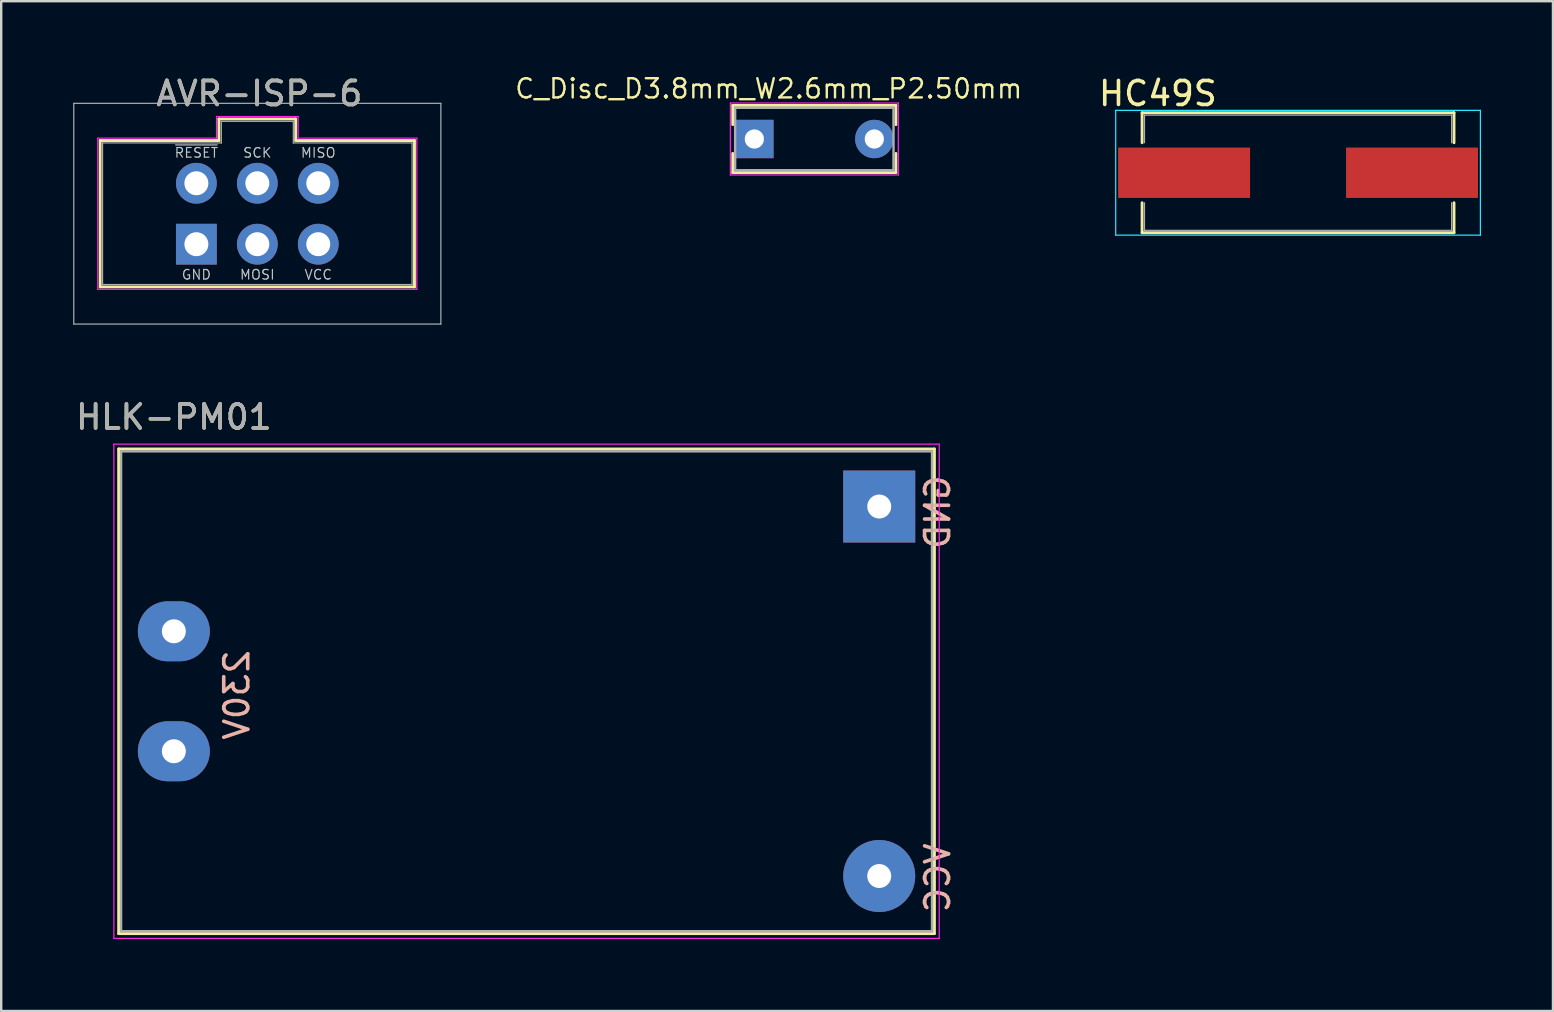
<source format=kicad_pcb>
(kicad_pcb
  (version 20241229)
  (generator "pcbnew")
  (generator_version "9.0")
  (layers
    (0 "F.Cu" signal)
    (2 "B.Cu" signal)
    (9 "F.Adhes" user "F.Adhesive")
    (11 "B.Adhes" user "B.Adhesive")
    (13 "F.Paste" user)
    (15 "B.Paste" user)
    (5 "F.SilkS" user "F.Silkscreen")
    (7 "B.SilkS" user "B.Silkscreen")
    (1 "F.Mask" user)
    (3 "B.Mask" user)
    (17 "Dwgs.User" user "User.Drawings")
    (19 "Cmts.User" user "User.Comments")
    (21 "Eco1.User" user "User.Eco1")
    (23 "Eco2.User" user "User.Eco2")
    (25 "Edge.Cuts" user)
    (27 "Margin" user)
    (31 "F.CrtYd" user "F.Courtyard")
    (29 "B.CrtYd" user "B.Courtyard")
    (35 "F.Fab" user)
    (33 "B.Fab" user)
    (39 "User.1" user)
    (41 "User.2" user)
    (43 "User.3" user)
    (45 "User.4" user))
  (footprint "AVR-ISP-6"
    (layer "F.Cu")
    (at 7.675 5.858)
    (property "Reference" "AVR-ISP-6" (at 0.084 -5.01 0) (layer "F.SilkS") (effects (font (size 1 1) (thickness 0.15))))
    (attr through_hole)
    (fp_line (start -6.55 -3.05) (end -6.55 3.05) (stroke (width 0.12) (type solid)) (layer "F.SilkS"))
    (fp_line (start -6.55 -3.05) (end -1.6 -3.05) (stroke (width 0.12) (type solid)) (layer "F.SilkS"))
    (fp_line (start -1.6 -3.95) (end -1.6 -3.05) (stroke (width 0.12) (type solid)) (layer "F.SilkS"))
    (fp_line (start -1.6 -3.95) (end 1.6 -3.95) (stroke (width 0.12) (type solid)) (layer "F.SilkS"))
    (fp_line (start 1.6 -3.95) (end 1.6 -3.05) (stroke (width 0.12) (type solid)) (layer "F.SilkS"))
    (fp_line (start 1.6 -3.05) (end 6.55 -3.05) (stroke (width 0.12) (type solid)) (layer "F.SilkS"))
    (fp_line (start 6.55 -3.05) (end 6.55 3.05) (stroke (width 0.12) (type solid)) (layer "F.SilkS"))
    (fp_line (start 6.55 3.05) (end -6.55 3.05) (stroke (width 0.12) (type solid)) (layer "F.SilkS"))
    (fp_line (start -6.65 -3.15) (end -1.7 -3.15) (stroke (width 0.05) (type solid)) (layer "F.CrtYd"))
    (fp_line (start -6.65 3.15) (end -6.65 -3.15) (stroke (width 0.05) (type solid)) (layer "F.CrtYd"))
    (fp_line (start -1.7 -4.05) (end -1.7 -3.15) (stroke (width 0.05) (type solid)) (layer "F.CrtYd"))
    (fp_line (start -1.7 -4.05) (end 1.7 -4.05) (stroke (width 0.05) (type solid)) (layer "F.CrtYd"))
    (fp_line (start 1.7 -4.05) (end 1.7 -3.15) (stroke (width 0.05) (type solid)) (layer "F.CrtYd"))
    (fp_line (start 1.7 -3.15) (end 6.65 -3.15) (stroke (width 0.05) (type solid)) (layer "F.CrtYd"))
    (fp_line (start 6.65 -3.15) (end 6.65 3.15) (stroke (width 0.05) (type solid)) (layer "F.CrtYd"))
    (fp_line (start 6.65 3.15) (end -6.65 3.15) (stroke (width 0.05) (type solid)) (layer "F.CrtYd"))
    (fp_line (start -7.65 -4.6) (end 7.65 -4.6) (stroke (width 0.05) (type solid)) (layer "F.Fab"))
    (fp_line (start -7.65 4.6) (end -7.65 -4.6) (stroke (width 0.05) (type solid)) (layer "F.Fab"))
    (fp_line (start -6.45 -2.95) (end -1.5 -2.95) (stroke (width 0.05) (type solid)) (layer "F.Fab"))
    (fp_line (start -6.45 2.95) (end -6.45 -2.95) (stroke (width 0.05) (type solid)) (layer "F.Fab"))
    (fp_line (start -1.5 -3.85) (end -1.5 -2.95) (stroke (width 0.05) (type solid)) (layer "F.Fab"))
    (fp_line (start -1.5 -3.85) (end 1.5 -3.85) (stroke (width 0.05) (type solid)) (layer "F.Fab"))
    (fp_line (start 1.5 -3.85) (end 1.5 -2.95) (stroke (width 0.05) (type solid)) (layer "F.Fab"))
    (fp_line (start 1.5 -2.95) (end 6.45 -2.95) (stroke (width 0.05) (type solid)) (layer "F.Fab"))
    (fp_line (start 6.45 -2.95) (end 6.45 2.95) (stroke (width 0.05) (type solid)) (layer "F.Fab"))
    (fp_line (start 6.45 2.95) (end -6.45 2.95) (stroke (width 0.05) (type solid)) (layer "F.Fab"))
    (fp_line (start 7.65 -4.6) (end 7.65 4.6) (stroke (width 0.05) (type solid)) (layer "F.Fab"))
    (fp_line (start 7.65 4.6) (end -7.65 4.6) (stroke (width 0.05) (type solid)) (layer "F.Fab"))
    (fp_text user "SCK" (at 0 -2.54 0) (layer "Dwgs.User") (effects (font (size 0.4 0.4) (thickness 0.05))))
    (fp_text user "MISO" (at 2.54 -2.54 0) (layer "Dwgs.User") (effects (font (size 0.4 0.4) (thickness 0.05))))
    (fp_text user "GND" (at -2.54 2.54 0) (layer "Dwgs.User") (effects (font (size 0.4 0.4) (thickness 0.05))))
    (fp_text user "VCC" (at 2.54 2.54 0) (layer "Dwgs.User") (effects (font (size 0.4 0.4) (thickness 0.05))))
    (fp_text user "~{RESET}" (at -2.54 -2.54 0) (layer "Dwgs.User") (effects (font (size 0.4 0.4) (thickness 0.05))))
    (fp_text user "MOSI" (at 0 2.54 0) (layer "Dwgs.User") (effects (font (size 0.4 0.4) (thickness 0.05))))
    (fp_text user "${REFERENCE}" (at 0.084 -5.01 180) (layer "F.Fab") (effects (font (size 1 1) (thickness 0.15))))
    (pad "1" thru_hole oval (at 2.54 -1.27) (size 1.7 1.7) (drill 1) (layers "*.Cu" "*.Mask"))
    (pad "2" thru_hole oval (at 2.54 1.27) (size 1.7 1.7) (drill 1) (layers "*.Cu" "*.Mask"))
    (pad "3" thru_hole oval (at 0 -1.27) (size 1.7 1.7) (drill 1) (layers "*.Cu" "*.Mask"))
    (pad "4" thru_hole oval (at 0 1.27) (size 1.7 1.7) (drill 1) (layers "*.Cu" "*.Mask"))
    (pad "5" thru_hole circle (at -2.54 -1.27) (size 1.7 1.7) (drill 1) (layers "*.Cu" "*.Mask"))
    (pad "6" thru_hole rect (at -2.54 1.27) (size 1.7 1.7) (drill 1) (layers "*.Cu" "*.Mask")))
  (footprint "HLK-PM01"
    (layer "F.Cu")
    (at 4.196 25.762)
    (property "Reference" "HLK-PM01" (at 0 -11.43 180) (layer "F.SilkS") (effects (font (size 1 1) (thickness 0.15))))
    (attr through_hole)
    (fp_line (start -2.3 -10.1) (end -2.3 10.1) (stroke (width 0.12) (type solid)) (layer "F.SilkS"))
    (fp_line (start -2.3 -10.1) (end 31.7 -10.1) (stroke (width 0.12) (type solid)) (layer "F.SilkS"))
    (fp_line (start -2.3 10.1) (end 31.7 10.1) (stroke (width 0.12) (type solid)) (layer "F.SilkS"))
    (fp_line (start 31.7 -10.1) (end 31.7 10.1) (stroke (width 0.12) (type solid)) (layer "F.SilkS"))
    (fp_line (start -2.5 -10.3) (end 31.9 -10.3) (stroke (width 0.05) (type solid)) (layer "F.CrtYd"))
    (fp_line (start -2.5 10.3) (end -2.5 -10.3) (stroke (width 0.05) (type solid)) (layer "F.CrtYd"))
    (fp_line (start 31.9 -10.3) (end 31.9 10.3) (stroke (width 0.05) (type solid)) (layer "F.CrtYd"))
    (fp_line (start 31.9 10.3) (end -2.5 10.3) (stroke (width 0.05) (type solid)) (layer "F.CrtYd"))
    (fp_line (start -2.2 -10) (end -2.2 10) (stroke (width 0.1) (type solid)) (layer "F.Fab"))
    (fp_line (start -2.2 -10) (end 31.6 -10) (stroke (width 0.1) (type solid)) (layer "F.Fab"))
    (fp_line (start 31.6 -10) (end 31.6 10) (stroke (width 0.1) (type solid)) (layer "F.Fab"))
    (fp_line (start 31.6 10) (end -2.2 10) (stroke (width 0.1) (type solid)) (layer "F.Fab"))
    (fp_text user "VCC" (at 31.834 7.774 90) (layer "B.SilkS") (effects (font (size 1 1) (thickness 0.15)) (justify mirror)))
    (fp_text user "230V" (at 2.624 0.154 90) (layer "B.SilkS") (effects (font (size 1 1) (thickness 0.15)) (justify mirror)))
    (fp_text user "GND" (at 31.834 -7.466 90) (layer "B.SilkS") (effects (font (size 1 1) (thickness 0.15)) (justify mirror)))
    (fp_text user "${REFERENCE}" (at 0 -11.43 0) (layer "F.Fab") (effects (font (size 1 1) (thickness 0.15))))
    (pad "1" thru_hole rect (at 29.4 -7.7 90) (size 3 3) (drill 1) (layers "*.Cu" "*.Mask"))
    (pad "2" thru_hole circle (at 29.4 7.7 90) (size 3 3) (drill 1) (layers "*.Cu" "*.Mask"))
    (pad "3" thru_hole oval (at 0 2.5 90) (size 2.5 3) (drill 1) (layers "*.Cu" "*.Mask"))
    (pad "4" thru_hole oval (at 0 -2.5 90) (size 2.5 3) (drill 1) (layers "*.Cu" "*.Mask")))
  (footprint "C_Disc_D3.8mm_W2.6mm_P2.50mm"
    (layer "F.Cu")
    (at 28.391 2.744)
    (property "Reference" "C_Disc_D3.8mm_W2.6mm_P2.50mm" (at 0.6 -2.1 0) (layer "F.SilkS") (effects (font (size 0.8 0.8) (thickness 0.1))))
    (attr through_hole)
    (fp_line (start -0.9 -1.4) (end -0.9 -0.6) (stroke (width 0.12) (type solid)) (layer "F.SilkS"))
    (fp_line (start -0.9 -1.4) (end 5.9 -1.4) (stroke (width 0.12) (type solid)) (layer "F.SilkS"))
    (fp_line (start -0.9 0.6) (end -0.9 1.4) (stroke (width 0.12) (type solid)) (layer "F.SilkS"))
    (fp_line (start -0.9 1.4) (end 5.9 1.4) (stroke (width 0.12) (type solid)) (layer "F.SilkS"))
    (fp_line (start 5.9 -1.4) (end 5.9 -0.6) (stroke (width 0.12) (type solid)) (layer "F.SilkS"))
    (fp_line (start 5.9 0.6) (end 5.9 1.4) (stroke (width 0.12) (type solid)) (layer "F.SilkS"))
    (fp_line (start -1 -1.5) (end -1 1.5) (stroke (width 0.05) (type solid)) (layer "F.CrtYd"))
    (fp_line (start -1 1.5) (end 6 1.5) (stroke (width 0.05) (type solid)) (layer "F.CrtYd"))
    (fp_line (start 6 -1.5) (end -1 -1.5) (stroke (width 0.05) (type solid)) (layer "F.CrtYd"))
    (fp_line (start 6 1.5) (end 6 -1.5) (stroke (width 0.05) (type solid)) (layer "F.CrtYd"))
    (fp_line (start -0.8 -1.3) (end -0.8 1.3) (stroke (width 0.1) (type solid)) (layer "F.Fab"))
    (fp_line (start -0.8 1.3) (end 5.8 1.3) (stroke (width 0.1) (type solid)) (layer "F.Fab"))
    (fp_line (start 5.8 -1.3) (end -0.8 -1.3) (stroke (width 0.1) (type solid)) (layer "F.Fab"))
    (fp_line (start 5.8 1.3) (end 5.8 -1.3) (stroke (width 0.1) (type solid)) (layer "F.Fab"))
    (pad "1" thru_hole rect (at 0 0) (size 1.6 1.6) (drill 0.8) (layers "*.Cu" "*.Mask"))
    (pad "2" thru_hole circle (at 5 0) (size 1.6 1.6) (drill 0.8) (layers "*.Cu" "*.Mask")))
  (footprint "HC49S"
    (layer "F.Cu")
    (at 51.052 4.15)
    (property "Reference" "HC49S" (at -5.842 -3.302 0) (layer "F.SilkS") (effects (font (size 1 1) (thickness 0.15))))
    (attr through_hole)
    (fp_line (start -6.5 -2.5) (end 6.5 -2.5) (stroke (width 0.12) (type solid)) (layer "F.SilkS"))
    (fp_line (start -6.5 -1.25) (end -6.5 -2.5) (stroke (width 0.12) (type solid)) (layer "F.SilkS"))
    (fp_line (start -6.5 2.5) (end -6.5 1.25) (stroke (width 0.12) (type solid)) (layer "F.SilkS"))
    (fp_line (start 6.5 -2.5) (end 6.5 -1.25) (stroke (width 0.12) (type solid)) (layer "F.SilkS"))
    (fp_line (start 6.5 1.25) (end 6.5 2.5) (stroke (width 0.12) (type solid)) (layer "F.SilkS"))
    (fp_line (start 6.5 2.5) (end -6.5 2.5) (stroke (width 0.12) (type solid)) (layer "F.SilkS"))
    (fp_line (start -7.6 -2.6) (end 7.6 -2.6) (stroke (width 0.05) (type solid)) (layer "B.CrtYd"))
    (fp_line (start -7.6 2.6) (end -7.6 -2.6) (stroke (width 0.05) (type solid)) (layer "B.CrtYd"))
    (fp_line (start 7.6 -2.6) (end 7.6 2.6) (stroke (width 0.05) (type solid)) (layer "B.CrtYd"))
    (fp_line (start 7.6 2.6) (end -7.6 2.6) (stroke (width 0.05) (type solid)) (layer "B.CrtYd"))
    (fp_line (start -6.4 -2.4) (end 6.4 -2.4) (stroke (width 0.05) (type solid)) (layer "F.Fab"))
    (fp_line (start -6.4 -1.25) (end -6.4 -2.4) (stroke (width 0.05) (type solid)) (layer "F.Fab"))
    (fp_line (start -6.4 1.25) (end -6.4 2.4) (stroke (width 0.05) (type solid)) (layer "F.Fab"))
    (fp_line (start 6.4 -1.25) (end 6.4 -2.4) (stroke (width 0.05) (type solid)) (layer "F.Fab"))
    (fp_line (start 6.4 2.4) (end -6.4 2.4) (stroke (width 0.05) (type solid)) (layer "F.Fab"))
    (fp_line (start 6.4 2.4) (end 6.4 1.25) (stroke (width 0.05) (type solid)) (layer "F.Fab"))
    (pad "1" smd rect (at -4.75 0) (size 5.5 2.1) (layers "F.Cu" "F.Mask" "F.Paste"))
    (pad "2" smd rect (at 4.75 0) (size 5.5 2.1) (layers "F.Cu" "F.Mask" "F.Paste")))
  (gr_rect
    (start -3 -3)
    (end 61.677 39.087)
    (stroke (width 0.1) (type default))
    (fill no)
    (layer "Edge.Cuts")))
</source>
